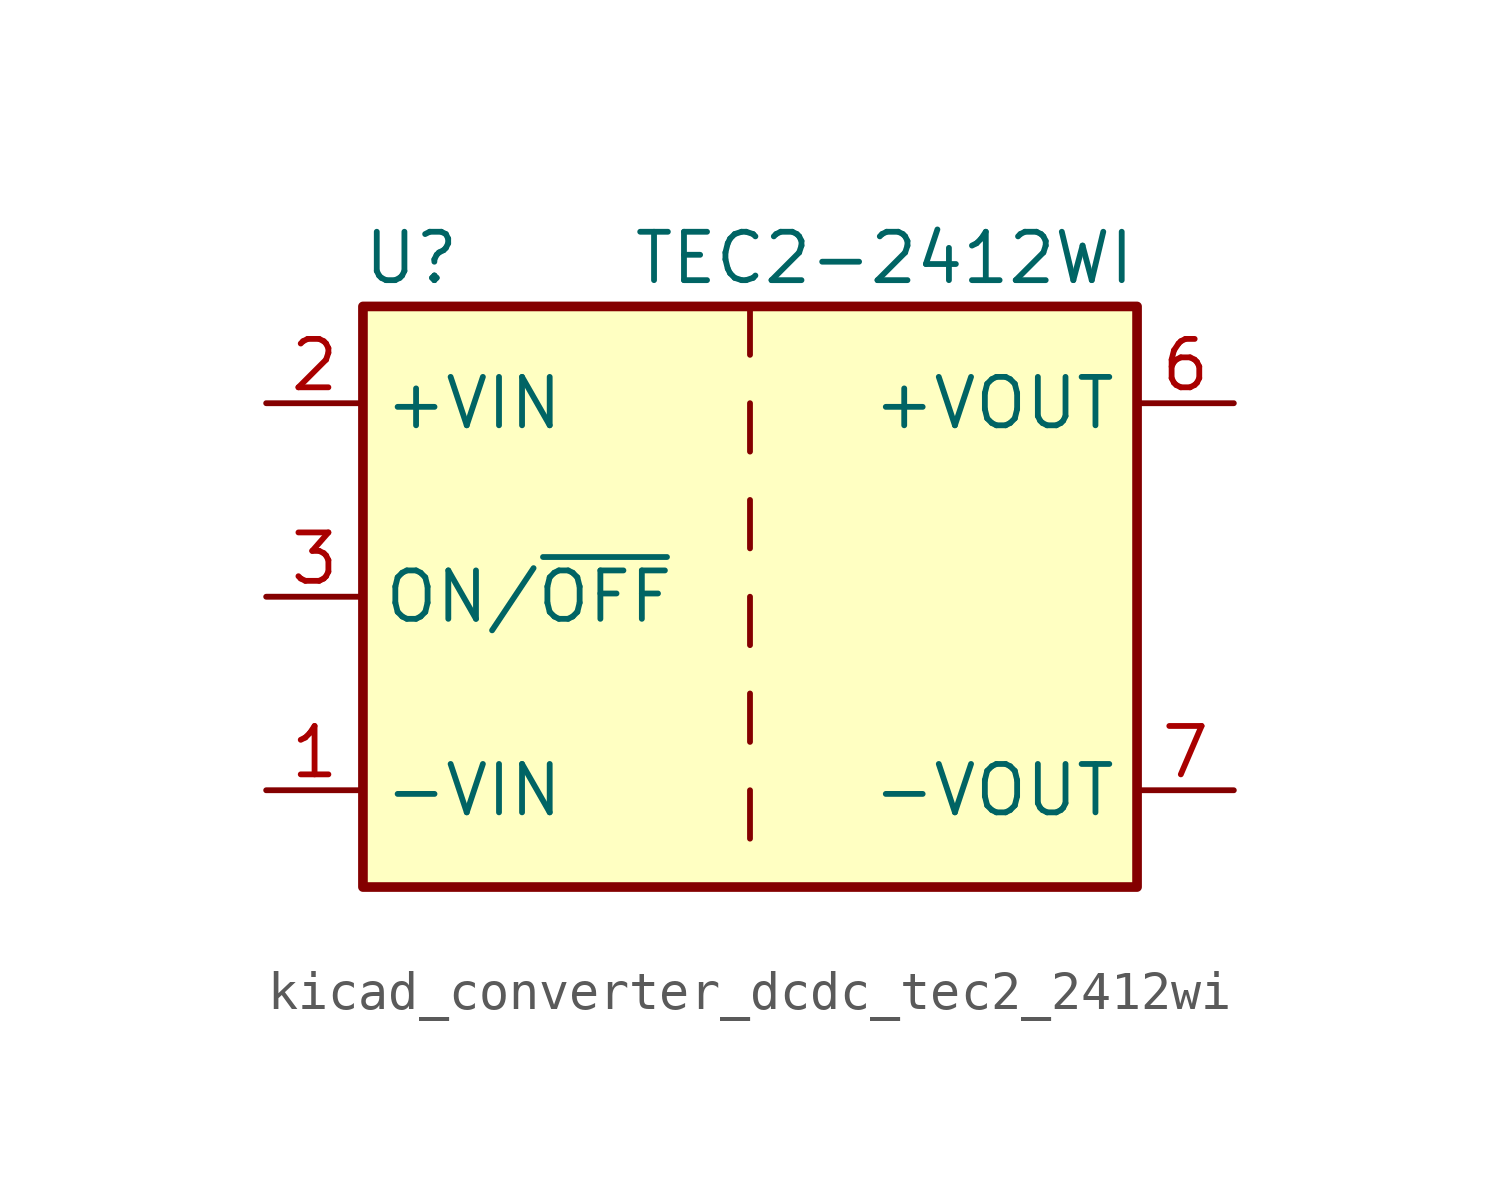
<source format=kicad_sym>
(kicad_symbol_lib
  (version 20220914)
  (generator kicad_symbol_editor)
  (symbol "kicad_converter_dcdc_tec2_2412wi"
    (property "Reference" "U"
      (at -8.89 8.89 0)
      (effects (font (size 1.27 1.27))))
    (property "Value" "TEC2-2412WI"
      (at 10.16 8.89 0)
      (effects (font (size 1.27 1.27)) (justify right)))
    (symbol "kicad_converter_dcdc_tec2_2412wi_0_1"
      (rectangle (start -10.16 7.62) (end 10.16 -7.62) (stroke (width 0.254) (type default)) (fill (type background)))
      (polyline (pts (xy 0 -5.08) (xy 0 -6.35)) (stroke (width 0) (type default)) (fill (type none)))
      (polyline (pts (xy 0 -2.54) (xy 0 -3.81)) (stroke (width 0) (type default)) (fill (type none)))
      (polyline (pts (xy 0 0) (xy 0 -1.27)) (stroke (width 0) (type default)) (fill (type none)))
      (polyline (pts (xy 0 2.54) (xy 0 1.27)) (stroke (width 0) (type default)) (fill (type none)))
      (polyline (pts (xy 0 5.08) (xy 0 3.81)) (stroke (width 0) (type default)) (fill (type none)))
      (polyline (pts (xy 0 7.62) (xy 0 6.35)) (stroke (width 0) (type default)) (fill (type none))))
    (symbol "kicad_converter_dcdc_tec2_2412wi_1_1"
      (pin power_in line (at -12.7 -5.08 0) (length 2.54) (name "-VIN" (effects (font (size 1.27 1.27)))) (number "1" (effects (font (size 1.27 1.27)))))
      (pin power_in line (at -12.7 5.08 0) (length 2.54) (name "+VIN" (effects (font (size 1.27 1.27)))) (number "2" (effects (font (size 1.27 1.27)))))
      (pin input line (at -12.7 0 0) (length 2.54) (name "ON/~{OFF}" (effects (font (size 1.27 1.27)))) (number "3" (effects (font (size 1.27 1.27)))))
      (pin no_connect line (at 10.16 2.54 180) (length 2.54) hide (name "NC" (effects (font (size 1.27 1.27)))) (number "5" (effects (font (size 1.27 1.27)))))
      (pin power_out line (at 12.7 5.08 180) (length 2.54) (name "+VOUT" (effects (font (size 1.27 1.27)))) (number "6" (effects (font (size 1.27 1.27)))))
      (pin power_out line (at 12.7 -5.08 180) (length 2.54) (name "-VOUT" (effects (font (size 1.27 1.27)))) (number "7" (effects (font (size 1.27 1.27)))))
      (pin no_connect line (at 10.16 0 180) (length 2.54) hide (name "NC" (effects (font (size 1.27 1.27)))) (number "8" (effects (font (size 1.27 1.27))))))))
</source>
